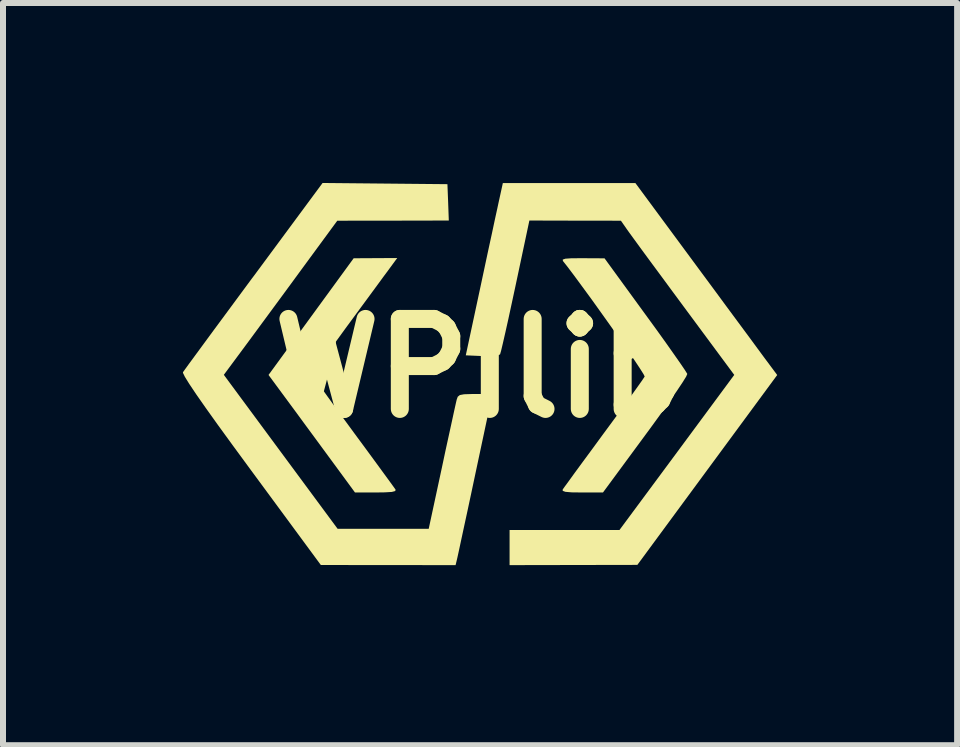
<source format=kicad_pcb>
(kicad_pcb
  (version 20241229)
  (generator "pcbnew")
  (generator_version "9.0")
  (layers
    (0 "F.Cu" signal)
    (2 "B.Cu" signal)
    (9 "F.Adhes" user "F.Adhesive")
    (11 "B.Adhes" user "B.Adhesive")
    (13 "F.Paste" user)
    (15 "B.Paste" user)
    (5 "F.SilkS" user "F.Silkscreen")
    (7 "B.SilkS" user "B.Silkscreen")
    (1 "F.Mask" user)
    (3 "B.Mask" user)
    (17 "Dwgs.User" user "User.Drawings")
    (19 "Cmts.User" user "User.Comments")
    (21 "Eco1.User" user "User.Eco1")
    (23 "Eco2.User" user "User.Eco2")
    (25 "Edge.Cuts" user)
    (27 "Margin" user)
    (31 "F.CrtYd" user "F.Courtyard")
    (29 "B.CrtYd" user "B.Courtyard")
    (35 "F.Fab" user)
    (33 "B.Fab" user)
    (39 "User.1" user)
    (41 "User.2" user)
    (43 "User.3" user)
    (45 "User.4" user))
  (footprint "WPIlib"
    (layer "F.Cu")
    (at 4.936 3.088)
    (property "Reference" "WPIlib" (at 0 0 0) (layer "F.SilkS") (effects (font (size 1.5 1.5) (thickness 0.3))))
    (attr board_only exclude_from_pos_files exclude_from_bom)
    (fp_poly (pts (xy -1.516 -1.631) (xy -1.583 -1.541) (xy -1.687 -1.399) (xy -1.82 -1.218) (xy -1.973 -1.01) (xy -2.136 -0.788) (xy -2.223 -0.67) (xy -2.378 -0.456) (xy -2.514 -0.262) (xy -2.627 -0.096) (xy -2.708 0.032) (xy -2.754 0.113) (xy -2.76 0.136) (xy -2.733 0.18) (xy -2.665 0.277) (xy -2.563 0.42) (xy -2.433 0.601) (xy -2.28 0.811) (xy -2.111 1.041) (xy -2.082 1.081) (xy -1.91 1.314) (xy -1.753 1.528) (xy -1.617 1.714) (xy -1.508 1.863) (xy -1.431 1.969) (xy -1.394 2.021) (xy -1.392 2.024) (xy -1.398 2.047) (xy -1.455 2.062) (xy -1.574 2.069) (xy -1.716 2.071) (xy -2.069 2.071) (xy -2.32 1.729) (xy -2.425 1.586) (xy -2.564 1.397) (xy -2.724 1.179) (xy -2.892 0.951) (xy -3.04 0.749) (xy -3.51 0.112) (xy -2.8 -0.861) (xy -2.091 -1.833) (xy -1.728 -1.835) (xy -1.365 -1.837)) (stroke (width 0) (type solid)) (fill yes) (layer "F.SilkS"))
    (fp_poly (pts (xy 1.724 -1.834) (xy 2.091 -1.832) (xy 2.774 -0.894) (xy 2.948 -0.655) (xy 3.106 -0.435) (xy 3.242 -0.242) (xy 3.352 -0.085) (xy 3.429 0.028) (xy 3.467 0.089) (xy 3.47 0.096) (xy 3.451 0.14) (xy 3.39 0.238) (xy 3.294 0.382) (xy 3.167 0.564) (xy 3.016 0.777) (xy 2.846 1.011) (xy 2.773 1.11) (xy 2.065 2.071) (xy 1.714 2.071) (xy 1.543 2.069) (xy 1.439 2.06) (xy 1.394 2.044) (xy 1.393 2.022) (xy 1.423 1.979) (xy 1.494 1.882) (xy 1.598 1.738) (xy 1.731 1.557) (xy 1.885 1.348) (xy 2.054 1.117) (xy 2.082 1.079) (xy 2.253 0.847) (xy 2.409 0.634) (xy 2.543 0.448) (xy 2.65 0.298) (xy 2.724 0.193) (xy 2.758 0.141) (xy 2.76 0.138) (xy 2.741 0.099) (xy 2.683 0.007) (xy 2.592 -0.13) (xy 2.474 -0.302) (xy 2.337 -0.499) (xy 2.186 -0.713) (xy 2.029 -0.933) (xy 1.873 -1.151) (xy 1.722 -1.357) (xy 1.586 -1.542) (xy 1.469 -1.697) (xy 1.397 -1.788) (xy 1.394 -1.811) (xy 1.438 -1.826) (xy 1.538 -1.833) (xy 1.704 -1.834)) (stroke (width 0) (type solid)) (fill yes) (layer "F.SilkS"))
    (fp_poly (pts (xy 3.694 -1.612) (xy 3.918 -1.309) (xy 4.13 -1.021) (xy 4.326 -0.756) (xy 4.5 -0.521) (xy 4.647 -0.321) (xy 4.762 -0.165) (xy 4.841 -0.059) (xy 4.876 -0.012) (xy 4.969 0.113) (xy 3.803 1.696) (xy 2.638 3.278) (xy 1.573 3.28) (xy 0.508 3.282) (xy 0.508 2.989) (xy 0.508 2.696) (xy 1.424 2.696) (xy 2.34 2.696) (xy 3.297 1.404) (xy 4.253 0.111) (xy 3.409 -1.029) (xy 3.211 -1.297) (xy 3.024 -1.551) (xy 2.853 -1.782) (xy 2.706 -1.982) (xy 2.588 -2.144) (xy 2.505 -2.258) (xy 2.465 -2.314) (xy 2.364 -2.459) (xy 1.601 -2.46) (xy 0.838 -2.462) (xy 0.605 -1.364) (xy 0.544 -1.081) (xy 0.488 -0.822) (xy 0.438 -0.598) (xy 0.397 -0.419) (xy 0.367 -0.293) (xy 0.35 -0.233) (xy 0.348 -0.229) (xy 0.301 -0.212) (xy 0.197 -0.203) (xy 0.059 -0.203) (xy 0.052 -0.203) (xy -0.222 -0.215) (xy 0.025 -1.368) (xy 0.09 -1.673) (xy 0.153 -1.968) (xy 0.212 -2.239) (xy 0.262 -2.474) (xy 0.303 -2.661) (xy 0.33 -2.787) (xy 0.334 -2.804) (xy 0.396 -3.087) (xy 1.501 -3.087) (xy 2.605 -3.087)) (stroke (width 0) (type solid)) (fill yes) (layer "F.SilkS"))
    (fp_poly (pts (xy -1.568 -3.078) (xy -0.528 -3.068) (xy -0.516 -2.765) (xy -0.505 -2.462) (xy -1.434 -2.46) (xy -2.364 -2.459) (xy -2.958 -1.65) (xy -3.144 -1.396) (xy -3.338 -1.132) (xy -3.528 -0.874) (xy -3.701 -0.639) (xy -3.846 -0.442) (xy -3.903 -0.365) (xy -4.255 0.11) (xy -3.307 1.393) (xy -2.358 2.677) (xy -1.599 2.677) (xy -0.84 2.677) (xy -0.618 1.646) (xy -0.559 1.368) (xy -0.503 1.112) (xy -0.454 0.888) (xy -0.415 0.708) (xy -0.387 0.582) (xy -0.373 0.522) (xy -0.356 0.475) (xy -0.321 0.447) (xy -0.251 0.434) (xy -0.127 0.43) (xy -0.065 0.43) (xy 0.221 0.43) (xy -0.064 1.768) (xy -0.131 2.084) (xy -0.194 2.379) (xy -0.251 2.642) (xy -0.299 2.865) (xy -0.336 3.038) (xy -0.361 3.152) (xy -0.371 3.195) (xy -0.392 3.282) (xy -1.515 3.281) (xy -2.638 3.28) (xy -3.803 1.699) (xy -4.101 1.293) (xy -4.352 0.948) (xy -4.557 0.661) (xy -4.717 0.432) (xy -4.832 0.26) (xy -4.905 0.142) (xy -4.936 0.078) (xy -4.936 0.066) (xy -4.907 0.025) (xy -4.836 -0.073) (xy -4.728 -0.22) (xy -4.587 -0.412) (xy -4.418 -0.642) (xy -4.225 -0.903) (xy -4.014 -1.189) (xy -3.788 -1.495) (xy -3.756 -1.537) (xy -2.609 -3.088)) (stroke (width 0) (type solid)) (fill yes) (layer "F.SilkS")))
  (gr_rect
    (start -3 -3)
    (end 12.904 9.371)
    (stroke (width 0.1) (type default))
    (fill no)
    (layer "Edge.Cuts")))
</source>
